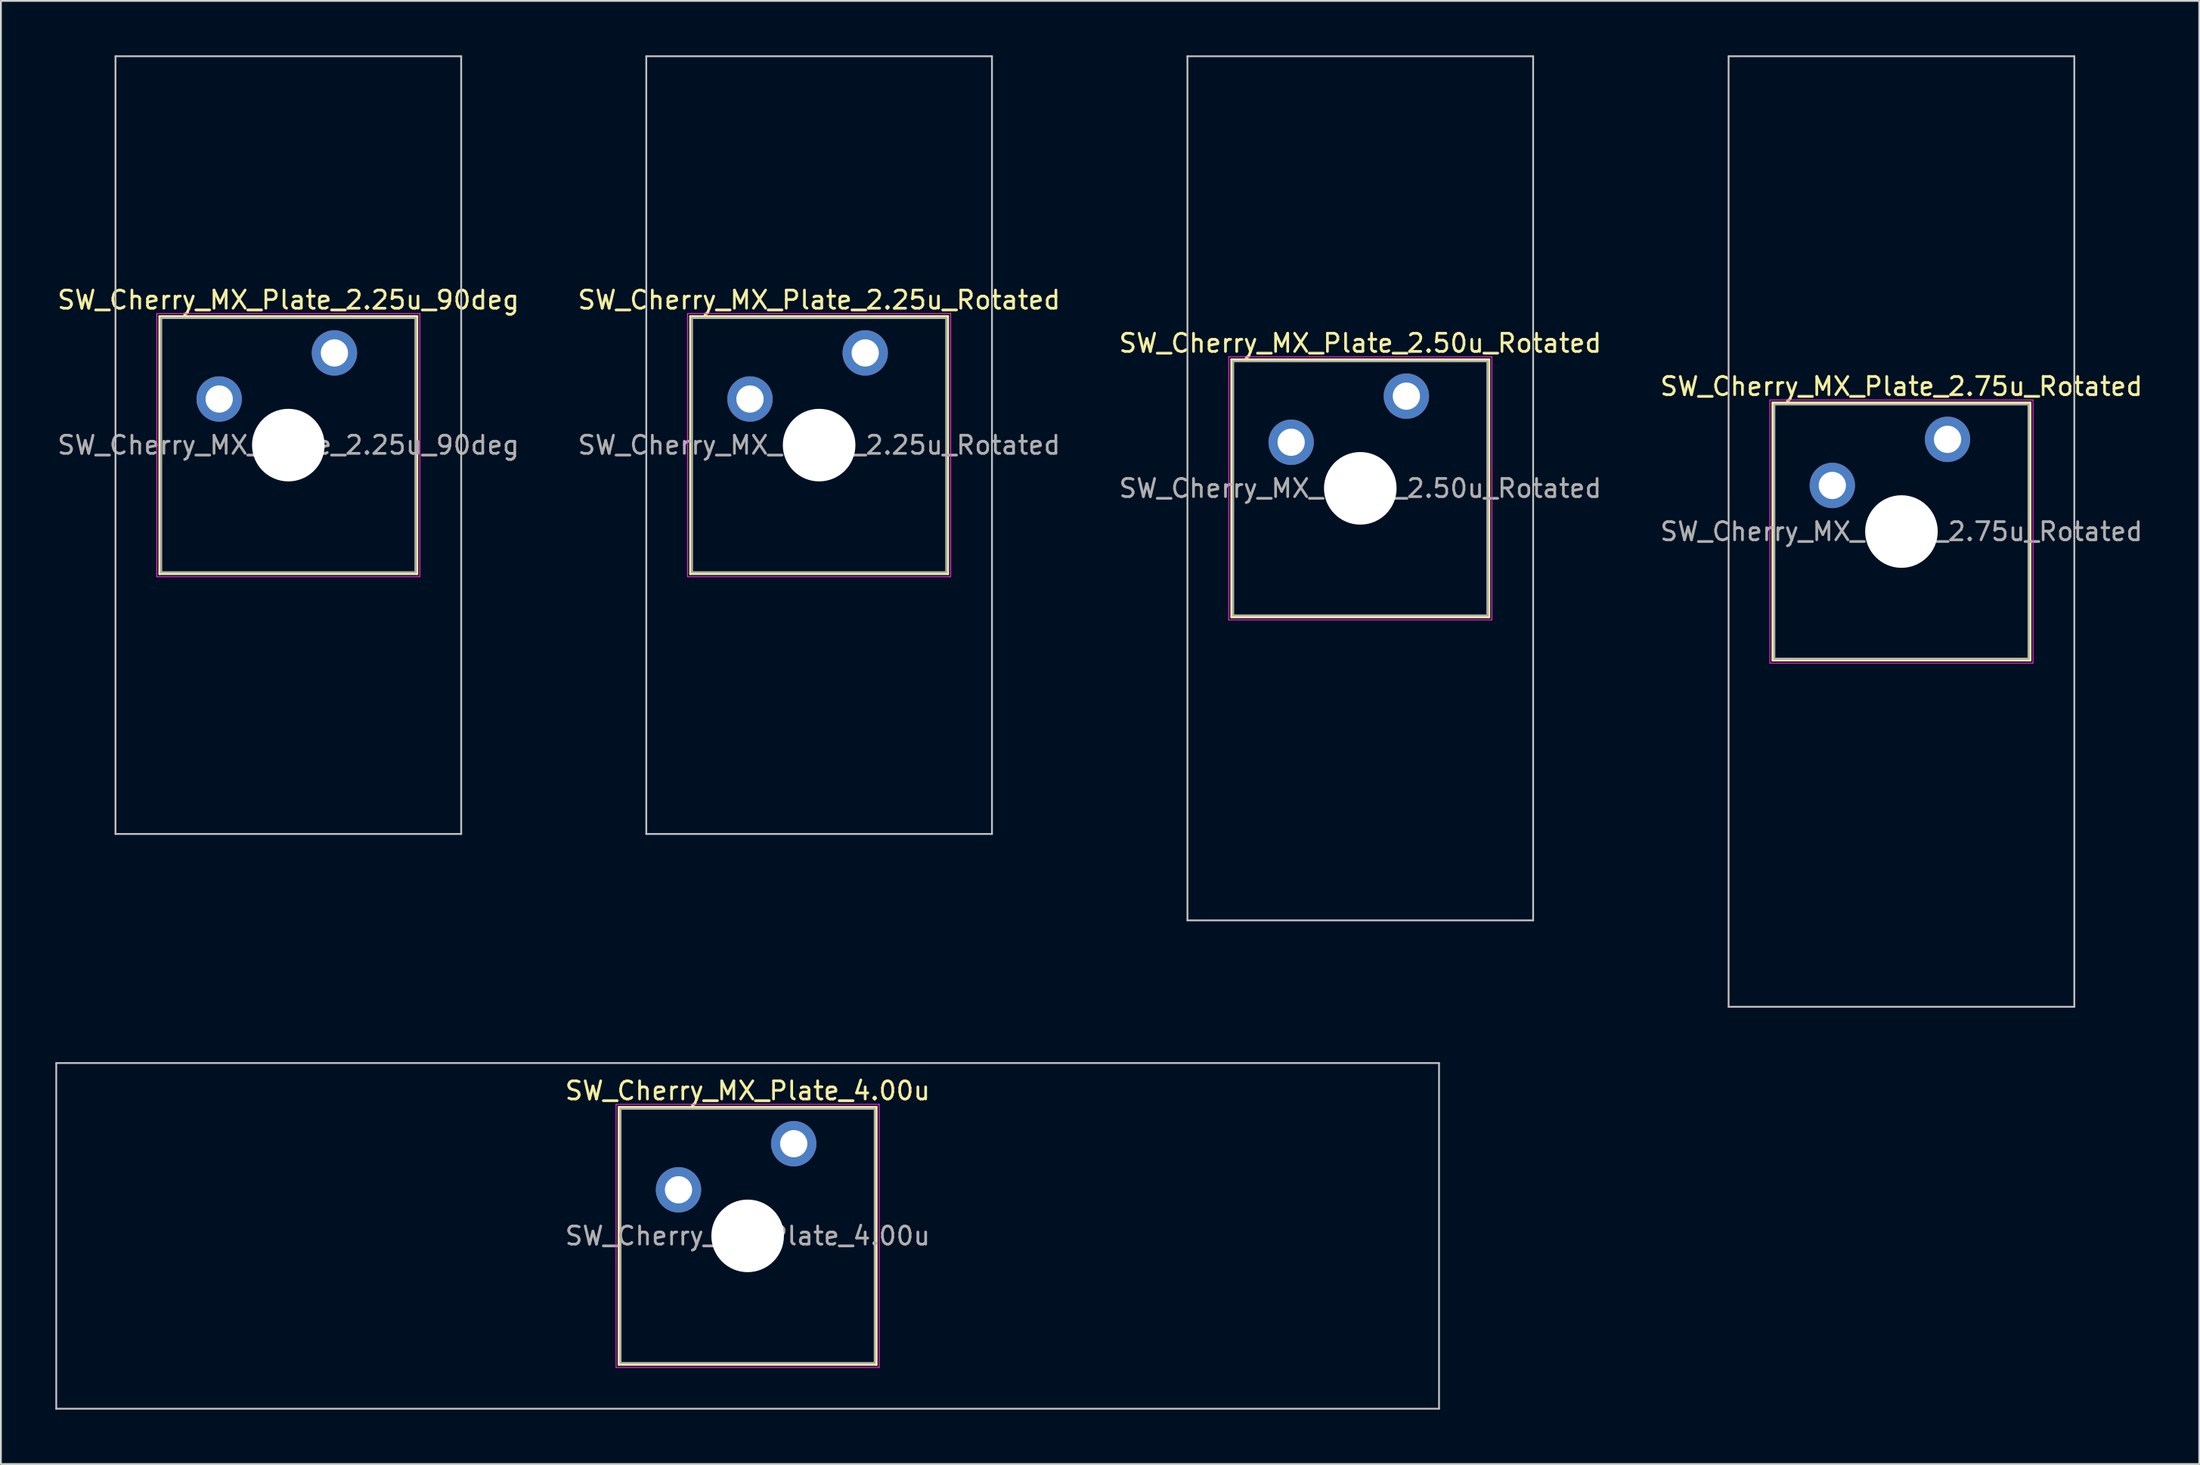
<source format=kicad_pcb>
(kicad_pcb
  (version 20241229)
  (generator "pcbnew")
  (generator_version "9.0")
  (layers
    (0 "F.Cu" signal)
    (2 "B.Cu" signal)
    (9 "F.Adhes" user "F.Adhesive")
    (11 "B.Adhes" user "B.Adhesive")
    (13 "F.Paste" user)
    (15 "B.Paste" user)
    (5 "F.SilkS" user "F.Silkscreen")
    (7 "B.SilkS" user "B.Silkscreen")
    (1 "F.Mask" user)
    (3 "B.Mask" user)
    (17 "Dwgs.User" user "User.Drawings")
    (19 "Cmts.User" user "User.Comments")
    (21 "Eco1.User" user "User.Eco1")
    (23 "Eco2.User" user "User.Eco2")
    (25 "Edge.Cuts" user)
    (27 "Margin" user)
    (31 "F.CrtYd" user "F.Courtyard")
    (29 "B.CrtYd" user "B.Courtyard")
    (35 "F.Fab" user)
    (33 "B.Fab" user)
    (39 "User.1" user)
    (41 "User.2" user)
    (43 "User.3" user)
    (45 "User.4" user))
  (footprint "SW_Cherry_MX_Plate_4.00u"
    (layer "F.Cu")
    (at 38.15 65.062)
    (property "Reference" "SW_Cherry_MX_Plate_4.00u" (at 0 -8 0) (layer "F.SilkS") (effects (font (size 1 1) (thickness 0.15))))
    (attr through_hole)
    (fp_line (start -7.1 -7.1) (end -7.1 7.1) (stroke (width 0.12) (type solid)) (layer "F.SilkS"))
    (fp_line (start -7.1 7.1) (end 7.1 7.1) (stroke (width 0.12) (type solid)) (layer "F.SilkS"))
    (fp_line (start 7.1 -7.1) (end -7.1 -7.1) (stroke (width 0.12) (type solid)) (layer "F.SilkS"))
    (fp_line (start 7.1 7.1) (end 7.1 -7.1) (stroke (width 0.12) (type solid)) (layer "F.SilkS"))
    (fp_line (start -38.1 -9.525) (end -38.1 9.525) (stroke (width 0.1) (type solid)) (layer "Dwgs.User"))
    (fp_line (start -38.1 9.525) (end 38.1 9.525) (stroke (width 0.1) (type solid)) (layer "Dwgs.User"))
    (fp_line (start 38.1 -9.525) (end -38.1 -9.525) (stroke (width 0.1) (type solid)) (layer "Dwgs.User"))
    (fp_line (start 38.1 9.525) (end 38.1 -9.525) (stroke (width 0.1) (type solid)) (layer "Dwgs.User"))
    (fp_line (start -7 -7) (end -7 7) (stroke (width 0.1) (type solid)) (layer "Eco1.User"))
    (fp_line (start -7 7) (end 7 7) (stroke (width 0.1) (type solid)) (layer "Eco1.User"))
    (fp_line (start 7 -7) (end -7 -7) (stroke (width 0.1) (type solid)) (layer "Eco1.User"))
    (fp_line (start 7 7) (end 7 -7) (stroke (width 0.1) (type solid)) (layer "Eco1.User"))
    (fp_line (start -7.25 -7.25) (end -7.25 7.25) (stroke (width 0.05) (type solid)) (layer "F.CrtYd"))
    (fp_line (start -7.25 7.25) (end 7.25 7.25) (stroke (width 0.05) (type solid)) (layer "F.CrtYd"))
    (fp_line (start 7.25 -7.25) (end -7.25 -7.25) (stroke (width 0.05) (type solid)) (layer "F.CrtYd"))
    (fp_line (start 7.25 7.25) (end 7.25 -7.25) (stroke (width 0.05) (type solid)) (layer "F.CrtYd"))
    (fp_line (start -7 -7) (end -7 7) (stroke (width 0.1) (type solid)) (layer "F.Fab"))
    (fp_line (start -7 7) (end 7 7) (stroke (width 0.1) (type solid)) (layer "F.Fab"))
    (fp_line (start 7 -7) (end -7 -7) (stroke (width 0.1) (type solid)) (layer "F.Fab"))
    (fp_line (start 7 7) (end 7 -7) (stroke (width 0.1) (type solid)) (layer "F.Fab"))
    (fp_text user "${REFERENCE}" (at 0 0 0) (layer "F.Fab") (effects (font (size 1 1) (thickness 0.15))))
    (pad "" np_thru_hole circle (at 0 0) (size 4 4) (drill 4) (layers "*.Cu" "*.Mask"))
    (pad "1" thru_hole circle (at -3.81 -2.54) (size 2.5 2.5) (drill 1.5) (layers "*.Cu" "*.Mask"))
    (pad "2" thru_hole circle (at 2.54 -5.08) (size 2.5 2.5) (drill 1.5) (layers "*.Cu" "*.Mask")))
  (footprint "SW_Cherry_MX_Plate_2.50u_Rotated"
    (layer "F.Cu")
    (at 71.911 23.863)
    (property "Reference" "SW_Cherry_MX_Plate_2.50u_Rotated" (at 0 -8 0) (layer "F.SilkS") (effects (font (size 1 1) (thickness 0.15))))
    (attr through_hole)
    (fp_line (start -7.1 -7.1) (end -7.1 7.1) (stroke (width 0.12) (type solid)) (layer "F.SilkS"))
    (fp_line (start -7.1 7.1) (end 7.1 7.1) (stroke (width 0.12) (type solid)) (layer "F.SilkS"))
    (fp_line (start 7.1 -7.1) (end -7.1 -7.1) (stroke (width 0.12) (type solid)) (layer "F.SilkS"))
    (fp_line (start 7.1 7.1) (end 7.1 -7.1) (stroke (width 0.12) (type solid)) (layer "F.SilkS"))
    (fp_line (start -9.525 -23.812) (end -9.525 23.812) (stroke (width 0.1) (type solid)) (layer "Dwgs.User"))
    (fp_line (start -9.525 23.812) (end 9.525 23.812) (stroke (width 0.1) (type solid)) (layer "Dwgs.User"))
    (fp_line (start 9.525 -23.812) (end -9.525 -23.812) (stroke (width 0.1) (type solid)) (layer "Dwgs.User"))
    (fp_line (start 9.525 23.812) (end 9.525 -23.812) (stroke (width 0.1) (type solid)) (layer "Dwgs.User"))
    (fp_line (start -7.25 -7.25) (end -7.25 7.25) (stroke (width 0.05) (type solid)) (layer "F.CrtYd"))
    (fp_line (start -7.25 7.25) (end 7.25 7.25) (stroke (width 0.05) (type solid)) (layer "F.CrtYd"))
    (fp_line (start 7.25 -7.25) (end -7.25 -7.25) (stroke (width 0.05) (type solid)) (layer "F.CrtYd"))
    (fp_line (start 7.25 7.25) (end 7.25 -7.25) (stroke (width 0.05) (type solid)) (layer "F.CrtYd"))
    (fp_line (start -7 -7) (end -7 7) (stroke (width 0.1) (type solid)) (layer "F.Fab"))
    (fp_line (start -7 7) (end 7 7) (stroke (width 0.1) (type solid)) (layer "F.Fab"))
    (fp_line (start 7 -7) (end -7 -7) (stroke (width 0.1) (type solid)) (layer "F.Fab"))
    (fp_line (start 7 7) (end 7 -7) (stroke (width 0.1) (type solid)) (layer "F.Fab"))
    (fp_text user "${REFERENCE}" (at 0 0 0) (layer "F.Fab") (effects (font (size 1 1) (thickness 0.15))))
    (pad "" np_thru_hole circle (at 0 0) (size 4 4) (drill 4) (layers "*.Cu" "*.Mask"))
    (pad "1" thru_hole circle (at -3.81 -2.54) (size 2.5 2.5) (drill 1.5) (layers "*.Cu" "B.Mask"))
    (pad "2" thru_hole circle (at 2.54 -5.08) (size 2.5 2.5) (drill 1.5) (layers "*.Cu" "B.Mask")))
  (footprint "SW_Cherry_MX_Plate_2.75u_Rotated"
    (layer "F.Cu")
    (at 101.732 26.244)
    (property "Reference" "SW_Cherry_MX_Plate_2.75u_Rotated" (at 0 -8 0) (layer "F.SilkS") (effects (font (size 1 1) (thickness 0.15))))
    (attr through_hole)
    (fp_line (start -7.1 -7.1) (end -7.1 7.1) (stroke (width 0.12) (type solid)) (layer "F.SilkS"))
    (fp_line (start -7.1 7.1) (end 7.1 7.1) (stroke (width 0.12) (type solid)) (layer "F.SilkS"))
    (fp_line (start 7.1 -7.1) (end -7.1 -7.1) (stroke (width 0.12) (type solid)) (layer "F.SilkS"))
    (fp_line (start 7.1 7.1) (end 7.1 -7.1) (stroke (width 0.12) (type solid)) (layer "F.SilkS"))
    (fp_line (start -9.525 -26.194) (end -9.525 26.194) (stroke (width 0.1) (type solid)) (layer "Dwgs.User"))
    (fp_line (start -9.525 26.194) (end 9.525 26.194) (stroke (width 0.1) (type solid)) (layer "Dwgs.User"))
    (fp_line (start 9.525 -26.194) (end -9.525 -26.194) (stroke (width 0.1) (type solid)) (layer "Dwgs.User"))
    (fp_line (start 9.525 26.194) (end 9.525 -26.194) (stroke (width 0.1) (type solid)) (layer "Dwgs.User"))
    (fp_line (start -7.25 -7.25) (end -7.25 7.25) (stroke (width 0.05) (type solid)) (layer "F.CrtYd"))
    (fp_line (start -7.25 7.25) (end 7.25 7.25) (stroke (width 0.05) (type solid)) (layer "F.CrtYd"))
    (fp_line (start 7.25 -7.25) (end -7.25 -7.25) (stroke (width 0.05) (type solid)) (layer "F.CrtYd"))
    (fp_line (start 7.25 7.25) (end 7.25 -7.25) (stroke (width 0.05) (type solid)) (layer "F.CrtYd"))
    (fp_line (start -7 -7) (end -7 7) (stroke (width 0.1) (type solid)) (layer "F.Fab"))
    (fp_line (start -7 7) (end 7 7) (stroke (width 0.1) (type solid)) (layer "F.Fab"))
    (fp_line (start 7 -7) (end -7 -7) (stroke (width 0.1) (type solid)) (layer "F.Fab"))
    (fp_line (start 7 7) (end 7 -7) (stroke (width 0.1) (type solid)) (layer "F.Fab"))
    (fp_text user "${REFERENCE}" (at 0 0 0) (layer "F.Fab") (effects (font (size 1 1) (thickness 0.15))))
    (pad "" np_thru_hole circle (at 0 0) (size 4 4) (drill 4) (layers "*.Cu" "*.Mask"))
    (pad "1" thru_hole circle (at -3.81 -2.54) (size 2.5 2.5) (drill 1.5) (layers "*.Cu" "B.Mask"))
    (pad "2" thru_hole circle (at 2.54 -5.08) (size 2.5 2.5) (drill 1.5) (layers "*.Cu" "B.Mask")))
  (footprint "SW_Cherry_MX_Plate_2.25u_Rotated"
    (layer "F.Cu")
    (at 42.089 21.481)
    (property "Reference" "SW_Cherry_MX_Plate_2.25u_Rotated" (at 0 -8 0) (layer "F.SilkS") (effects (font (size 1 1) (thickness 0.15))))
    (attr through_hole)
    (fp_line (start -7.1 -7.1) (end -7.1 7.1) (stroke (width 0.12) (type solid)) (layer "F.SilkS"))
    (fp_line (start -7.1 7.1) (end 7.1 7.1) (stroke (width 0.12) (type solid)) (layer "F.SilkS"))
    (fp_line (start 7.1 -7.1) (end -7.1 -7.1) (stroke (width 0.12) (type solid)) (layer "F.SilkS"))
    (fp_line (start 7.1 7.1) (end 7.1 -7.1) (stroke (width 0.12) (type solid)) (layer "F.SilkS"))
    (fp_line (start -9.525 -21.431) (end -9.525 21.431) (stroke (width 0.1) (type solid)) (layer "Dwgs.User"))
    (fp_line (start -9.525 21.431) (end 9.525 21.431) (stroke (width 0.1) (type solid)) (layer "Dwgs.User"))
    (fp_line (start 9.525 -21.431) (end -9.525 -21.431) (stroke (width 0.1) (type solid)) (layer "Dwgs.User"))
    (fp_line (start 9.525 21.431) (end 9.525 -21.431) (stroke (width 0.1) (type solid)) (layer "Dwgs.User"))
    (fp_line (start -7.25 -7.25) (end -7.25 7.25) (stroke (width 0.05) (type solid)) (layer "F.CrtYd"))
    (fp_line (start -7.25 7.25) (end 7.25 7.25) (stroke (width 0.05) (type solid)) (layer "F.CrtYd"))
    (fp_line (start 7.25 -7.25) (end -7.25 -7.25) (stroke (width 0.05) (type solid)) (layer "F.CrtYd"))
    (fp_line (start 7.25 7.25) (end 7.25 -7.25) (stroke (width 0.05) (type solid)) (layer "F.CrtYd"))
    (fp_line (start -7 -7) (end -7 7) (stroke (width 0.1) (type solid)) (layer "F.Fab"))
    (fp_line (start -7 7) (end 7 7) (stroke (width 0.1) (type solid)) (layer "F.Fab"))
    (fp_line (start 7 -7) (end -7 -7) (stroke (width 0.1) (type solid)) (layer "F.Fab"))
    (fp_line (start 7 7) (end 7 -7) (stroke (width 0.1) (type solid)) (layer "F.Fab"))
    (fp_text user "${REFERENCE}" (at 0 0 0) (layer "F.Fab") (effects (font (size 1 1) (thickness 0.15))))
    (pad "" np_thru_hole circle (at 0 0) (size 4 4) (drill 4) (layers "*.Cu" "*.Mask"))
    (pad "1" thru_hole circle (at -3.81 -2.54) (size 2.5 2.5) (drill 1.5) (layers "*.Cu" "B.Mask"))
    (pad "2" thru_hole circle (at 2.54 -5.08) (size 2.5 2.5) (drill 1.5) (layers "*.Cu" "B.Mask")))
  (footprint "SW_Cherry_MX_Plate_2.25u_90deg"
    (layer "F.Cu")
    (at 12.839 21.481)
    (property "Reference" "SW_Cherry_MX_Plate_2.25u_90deg" (at 0 -8 0) (layer "F.SilkS") (effects (font (size 1 1) (thickness 0.15))))
    (attr through_hole)
    (fp_line (start -7.1 -7.1) (end -7.1 7.1) (stroke (width 0.12) (type solid)) (layer "F.SilkS"))
    (fp_line (start -7.1 7.1) (end 7.1 7.1) (stroke (width 0.12) (type solid)) (layer "F.SilkS"))
    (fp_line (start 7.1 -7.1) (end -7.1 -7.1) (stroke (width 0.12) (type solid)) (layer "F.SilkS"))
    (fp_line (start 7.1 7.1) (end 7.1 -7.1) (stroke (width 0.12) (type solid)) (layer "F.SilkS"))
    (fp_line (start -9.525 -21.431) (end 9.525 -21.431) (stroke (width 0.1) (type solid)) (layer "Dwgs.User"))
    (fp_line (start -9.525 21.431) (end -9.525 -21.431) (stroke (width 0.1) (type solid)) (layer "Dwgs.User"))
    (fp_line (start 9.525 -21.431) (end 9.525 21.431) (stroke (width 0.1) (type solid)) (layer "Dwgs.User"))
    (fp_line (start 9.525 21.431) (end -9.525 21.431) (stroke (width 0.1) (type solid)) (layer "Dwgs.User"))
    (fp_line (start -7 -7) (end -7 7) (stroke (width 0.1) (type solid)) (layer "Eco1.User"))
    (fp_line (start -7 7) (end 7 7) (stroke (width 0.1) (type solid)) (layer "Eco1.User"))
    (fp_line (start 7 -7) (end -7 -7) (stroke (width 0.1) (type solid)) (layer "Eco1.User"))
    (fp_line (start 7 7) (end 7 -7) (stroke (width 0.1) (type solid)) (layer "Eco1.User"))
    (fp_line (start -7.25 -7.25) (end -7.25 7.25) (stroke (width 0.05) (type solid)) (layer "F.CrtYd"))
    (fp_line (start -7.25 7.25) (end 7.25 7.25) (stroke (width 0.05) (type solid)) (layer "F.CrtYd"))
    (fp_line (start 7.25 -7.25) (end -7.25 -7.25) (stroke (width 0.05) (type solid)) (layer "F.CrtYd"))
    (fp_line (start 7.25 7.25) (end 7.25 -7.25) (stroke (width 0.05) (type solid)) (layer "F.CrtYd"))
    (fp_line (start -7 -7) (end -7 7) (stroke (width 0.1) (type solid)) (layer "F.Fab"))
    (fp_line (start -7 7) (end 7 7) (stroke (width 0.1) (type solid)) (layer "F.Fab"))
    (fp_line (start 7 -7) (end -7 -7) (stroke (width 0.1) (type solid)) (layer "F.Fab"))
    (fp_line (start 7 7) (end 7 -7) (stroke (width 0.1) (type solid)) (layer "F.Fab"))
    (fp_text user "${REFERENCE}" (at 0 0 0) (layer "F.Fab") (effects (font (size 1 1) (thickness 0.15))))
    (pad "" np_thru_hole circle (at 0 0) (size 4 4) (drill 4) (layers "*.Cu" "*.Mask"))
    (pad "1" thru_hole circle (at -3.81 -2.54) (size 2.5 2.5) (drill 1.5) (layers "*.Cu" "B.Mask"))
    (pad "2" thru_hole circle (at 2.54 -5.08) (size 2.5 2.5) (drill 1.5) (layers "*.Cu" "B.Mask")))
  (gr_rect
    (start -3 -3)
    (end 118.143 77.638)
    (stroke (width 0.1) (type default))
    (fill no)
    (layer "Edge.Cuts")))
</source>
